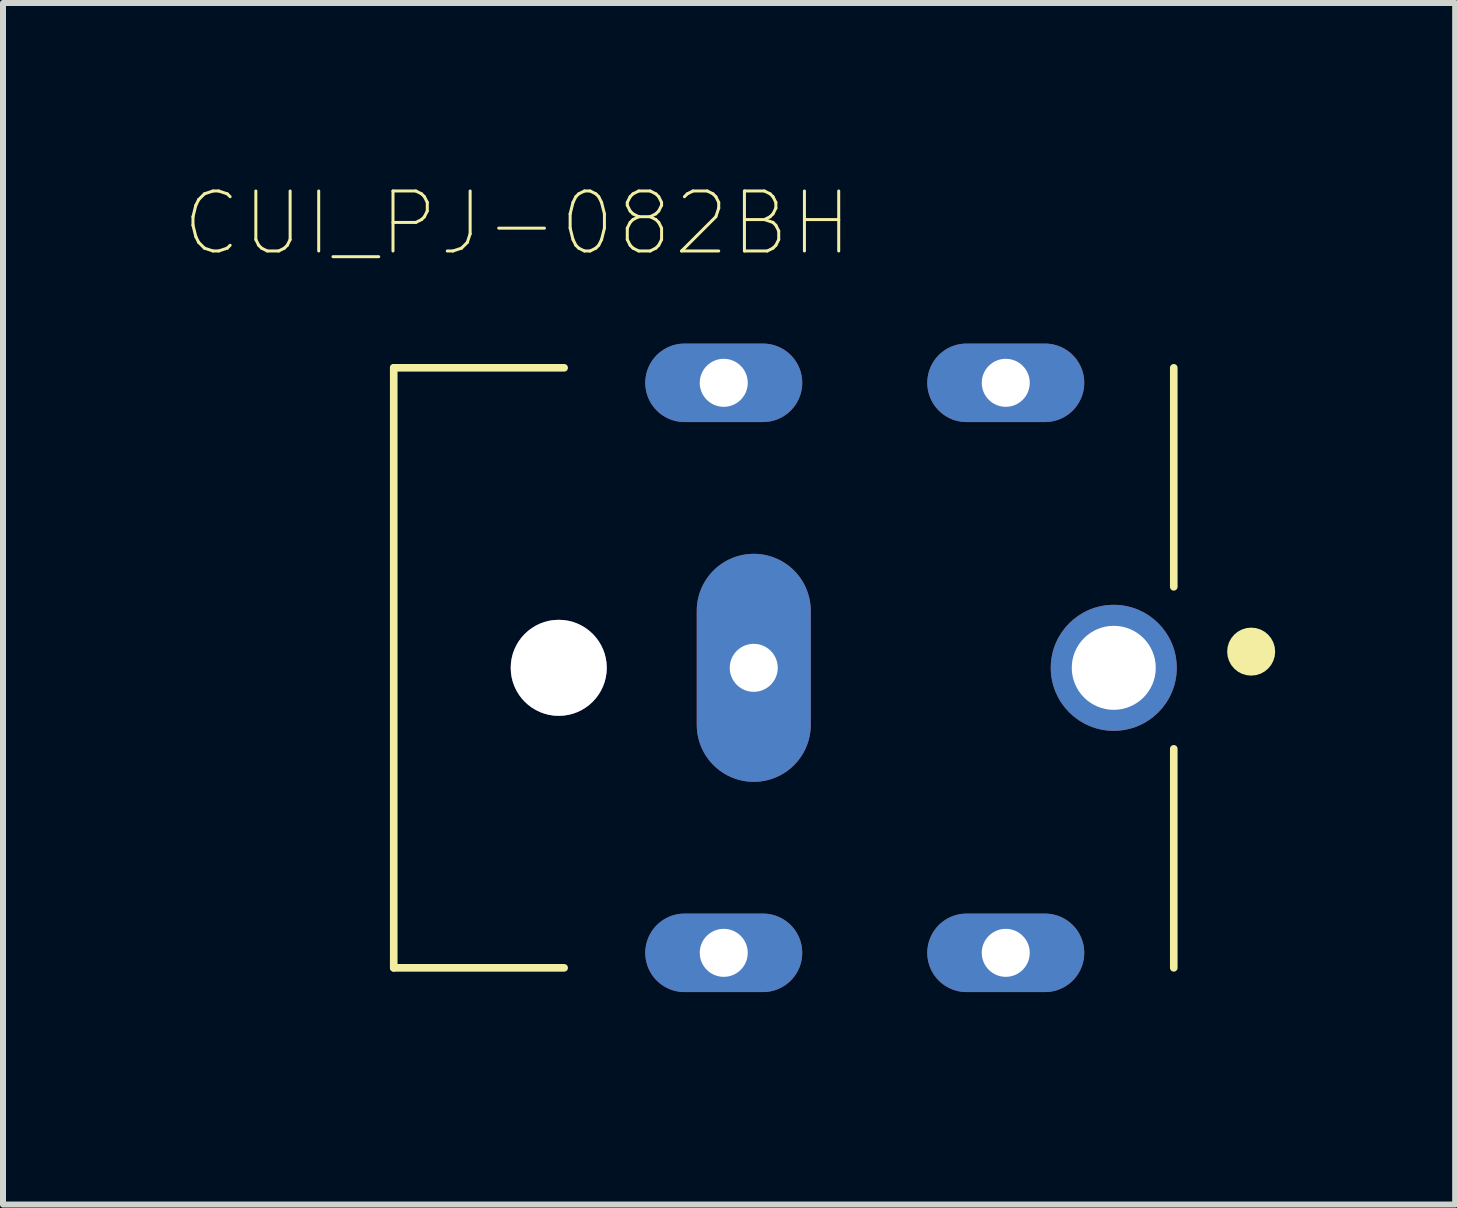
<source format=kicad_pcb>
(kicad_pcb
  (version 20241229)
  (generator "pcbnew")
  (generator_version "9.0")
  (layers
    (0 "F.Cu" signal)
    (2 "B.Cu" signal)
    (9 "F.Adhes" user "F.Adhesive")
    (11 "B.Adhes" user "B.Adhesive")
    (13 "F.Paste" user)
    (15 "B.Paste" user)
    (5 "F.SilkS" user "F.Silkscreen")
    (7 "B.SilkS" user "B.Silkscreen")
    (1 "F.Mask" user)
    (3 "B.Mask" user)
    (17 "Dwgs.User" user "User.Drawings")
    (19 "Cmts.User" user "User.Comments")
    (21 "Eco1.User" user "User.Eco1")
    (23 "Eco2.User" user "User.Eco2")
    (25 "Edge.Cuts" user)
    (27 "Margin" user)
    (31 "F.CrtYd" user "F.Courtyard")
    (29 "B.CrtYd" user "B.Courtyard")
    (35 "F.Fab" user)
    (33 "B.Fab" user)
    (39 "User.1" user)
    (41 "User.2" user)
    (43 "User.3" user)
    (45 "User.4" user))
  (footprint "CUI_PJ-082BH"
    (layer "F.Cu")
    (at 10.012 8.08)
    (property "Reference" "CUI_PJ-082BH" (at -4.441 -7.407 0) (layer "F.SilkS") (effects (font (size 1 1) (thickness 0.05))))
    (attr through_hole)
    (fp_line (start -6.5 -5) (end -6.5 5) (stroke (width 0.127) (type solid)) (layer "F.SilkS"))
    (fp_line (start -6.5 -5) (end -3.66 -5) (stroke (width 0.127) (type solid)) (layer "F.SilkS"))
    (fp_line (start -6.5 5) (end -3.66 5) (stroke (width 0.127) (type solid)) (layer "F.SilkS"))
    (fp_line (start 6.5 -5) (end 6.5 -1.35) (stroke (width 0.127) (type solid)) (layer "F.SilkS"))
    (fp_line (start 6.5 1.35) (end 6.5 5) (stroke (width 0.127) (type solid)) (layer "F.SilkS"))
    (fp_circle (center 7.79 -0.27) (end 7.99 -0.27) (stroke (width 0.4) (type solid)) (fill no) (layer "F.SilkS"))
    (fp_line (start -6.75 -5.25) (end -6.75 5.25) (stroke (width 0.05) (type solid)) (layer "Eco1.User"))
    (fp_line (start -6.75 5.25) (end -3.39 5.25) (stroke (width 0.05) (type solid)) (layer "Eco1.User"))
    (fp_line (start -3.39 -5.92) (end -3.39 -5.25) (stroke (width 0.05) (type solid)) (layer "Eco1.User"))
    (fp_line (start -3.39 -5.25) (end -6.75 -5.25) (stroke (width 0.05) (type solid)) (layer "Eco1.User"))
    (fp_line (start -3.39 5.25) (end -3.39 5.92) (stroke (width 0.05) (type solid)) (layer "Eco1.User"))
    (fp_line (start -3.39 5.92) (end 5.5 5.92) (stroke (width 0.05) (type solid)) (layer "Eco1.User"))
    (fp_line (start 5.5 -5.92) (end -3.39 -5.92) (stroke (width 0.05) (type solid)) (layer "Eco1.User"))
    (fp_line (start 5.5 -5.25) (end 5.5 -5.92) (stroke (width 0.05) (type solid)) (layer "Eco1.User"))
    (fp_line (start 5.5 5.25) (end 7.04 5.25) (stroke (width 0.05) (type solid)) (layer "Eco1.User"))
    (fp_line (start 5.5 5.92) (end 5.5 5.25) (stroke (width 0.05) (type solid)) (layer "Eco1.User"))
    (fp_line (start 7.04 -5.15) (end 5.5 -5.25) (stroke (width 0.05) (type solid)) (layer "Eco1.User"))
    (fp_line (start 7.04 5.25) (end 7.04 -5.15) (stroke (width 0.05) (type solid)) (layer "Eco1.User"))
    (fp_line (start -6.5 -5) (end -6.5 5) (stroke (width 0.127) (type solid)) (layer "Eco2.User"))
    (fp_line (start -6.5 -5) (end 6.5 -5) (stroke (width 0.127) (type solid)) (layer "Eco2.User"))
    (fp_line (start -6.5 5) (end 6.5 5) (stroke (width 0.127) (type solid)) (layer "Eco2.User"))
    (fp_line (start 6.5 -5) (end 6.5 5) (stroke (width 0.127) (type solid)) (layer "Eco2.User"))
    (fp_line (start -1.6 -5.15) (end -0.4 -5.15) (stroke (width 0.0001) (type solid)) (layer "Edge.Cuts"))
    (fp_line (start -1.6 4.35) (end -0.4 4.35) (stroke (width 0.0001) (type solid)) (layer "Edge.Cuts"))
    (fp_line (start -0.9 1.1) (end -0.9 -1.1) (stroke (width 0.0001) (type solid)) (layer "Edge.Cuts"))
    (fp_line (start -0.4 -4.35) (end -1.6 -4.35) (stroke (width 0.0001) (type solid)) (layer "Edge.Cuts"))
    (fp_line (start -0.4 5.15) (end -1.6 5.15) (stroke (width 0.0001) (type solid)) (layer "Edge.Cuts"))
    (fp_line (start -0.1 -1.1) (end -0.1 1.1) (stroke (width 0.0001) (type solid)) (layer "Edge.Cuts"))
    (fp_line (start 3.1 -5.15) (end 4.3 -5.15) (stroke (width 0.0001) (type solid)) (layer "Edge.Cuts"))
    (fp_line (start 3.1 4.35) (end 4.3 4.35) (stroke (width 0.0001) (type solid)) (layer "Edge.Cuts"))
    (fp_line (start 4.3 -4.35) (end 3.1 -4.35) (stroke (width 0.0001) (type solid)) (layer "Edge.Cuts"))
    (fp_line (start 4.3 5.15) (end 3.1 5.15) (stroke (width 0.0001) (type solid)) (layer "Edge.Cuts"))
    (fp_arc (start -2 -4.75) (mid -1.882843 -5.032843) (end -1.6 -5.15) (stroke (width 0.0001) (type solid)) (layer "Edge.Cuts"))
    (fp_arc (start -2 4.75) (mid -1.882843 4.467157) (end -1.6 4.35) (stroke (width 0.0001) (type solid)) (layer "Edge.Cuts"))
    (fp_arc (start -1.6 -4.35) (mid -1.882843 -4.467157) (end -2 -4.75) (stroke (width 0.0001) (type solid)) (layer "Edge.Cuts"))
    (fp_arc (start -1.6 5.15) (mid -1.882843 5.032843) (end -2 4.75) (stroke (width 0.0001) (type solid)) (layer "Edge.Cuts"))
    (fp_arc (start -0.9 -1.1) (mid -0.782843 -1.382843) (end -0.5 -1.5) (stroke (width 0.0001) (type solid)) (layer "Edge.Cuts"))
    (fp_arc (start -0.5 -1.5) (mid -0.217157 -1.382843) (end -0.1 -1.1) (stroke (width 0.0001) (type solid)) (layer "Edge.Cuts"))
    (fp_arc (start -0.5 1.5) (mid -0.782843 1.382843) (end -0.9 1.1) (stroke (width 0.0001) (type solid)) (layer "Edge.Cuts"))
    (fp_arc (start -0.4 -5.15) (mid -0.117157 -5.032843) (end 0 -4.75) (stroke (width 0.0001) (type solid)) (layer "Edge.Cuts"))
    (fp_arc (start -0.4 4.35) (mid -0.117157 4.467157) (end 0 4.75) (stroke (width 0.0001) (type solid)) (layer "Edge.Cuts"))
    (fp_arc (start -0.1 1.1) (mid -0.217157 1.382843) (end -0.5 1.5) (stroke (width 0.0001) (type solid)) (layer "Edge.Cuts"))
    (fp_arc (start 0 -4.75) (mid -0.117157 -4.467157) (end -0.4 -4.35) (stroke (width 0.0001) (type solid)) (layer "Edge.Cuts"))
    (fp_arc (start 0 4.75) (mid -0.117157 5.032843) (end -0.4 5.15) (stroke (width 0.0001) (type solid)) (layer "Edge.Cuts"))
    (fp_arc (start 2.7 -4.75) (mid 2.817157 -5.032843) (end 3.1 -5.15) (stroke (width 0.0001) (type solid)) (layer "Edge.Cuts"))
    (fp_arc (start 2.7 4.75) (mid 2.817157 4.467157) (end 3.1 4.35) (stroke (width 0.0001) (type solid)) (layer "Edge.Cuts"))
    (fp_arc (start 3.1 -4.35) (mid 2.817157 -4.467157) (end 2.7 -4.75) (stroke (width 0.0001) (type solid)) (layer "Edge.Cuts"))
    (fp_arc (start 3.1 5.15) (mid 2.817157 5.032843) (end 2.7 4.75) (stroke (width 0.0001) (type solid)) (layer "Edge.Cuts"))
    (fp_arc (start 4.3 -5.15) (mid 4.582843 -5.032843) (end 4.7 -4.75) (stroke (width 0.0001) (type solid)) (layer "Edge.Cuts"))
    (fp_arc (start 4.3 4.35) (mid 4.582843 4.467157) (end 4.7 4.75) (stroke (width 0.0001) (type solid)) (layer "Edge.Cuts"))
    (fp_arc (start 4.7 -4.75) (mid 4.582843 -4.467157) (end 4.3 -4.35) (stroke (width 0.0001) (type solid)) (layer "Edge.Cuts"))
    (fp_arc (start 4.7 4.75) (mid 4.582843 5.032843) (end 4.3 5.15) (stroke (width 0.0001) (type solid)) (layer "Edge.Cuts"))
    (pad "1" thru_hole circle (at 5.5 0) (size 2.1 2.1) (drill 1.4) (layers "*.Cu" "*.Mask"))
    (pad "2" thru_hole oval (at -0.5 0 90) (size 3.8 1.9) (drill 0.8) (layers "*.Cu" "*.Mask"))
    (pad "3" thru_hole oval (at 3.7 -4.75 180) (size 2.616 1.308) (drill 0.8) (layers "*.Cu" "*.Mask"))
    (pad "4" thru_hole oval (at -1 -4.75 180) (size 2.616 1.308) (drill 0.8) (layers "*.Cu" "*.Mask"))
    (pad "5" thru_hole oval (at -1 4.75 180) (size 2.616 1.308) (drill 0.8) (layers "*.Cu" "*.Mask"))
    (pad "6" thru_hole oval (at 3.7 4.75 180) (size 2.616 1.308) (drill 0.8) (layers "*.Cu" "*.Mask"))
    (pad "Hole" thru_hole circle (at -3.75 0 90) (size 1.6 1.6) (drill 1.6) (layers "*.Cu" "*.Mask")))
  (gr_rect
    (start -3 -3)
    (end 21.202 17.025)
    (stroke (width 0.1) (type default))
    (fill no)
    (layer "Edge.Cuts")))
</source>
